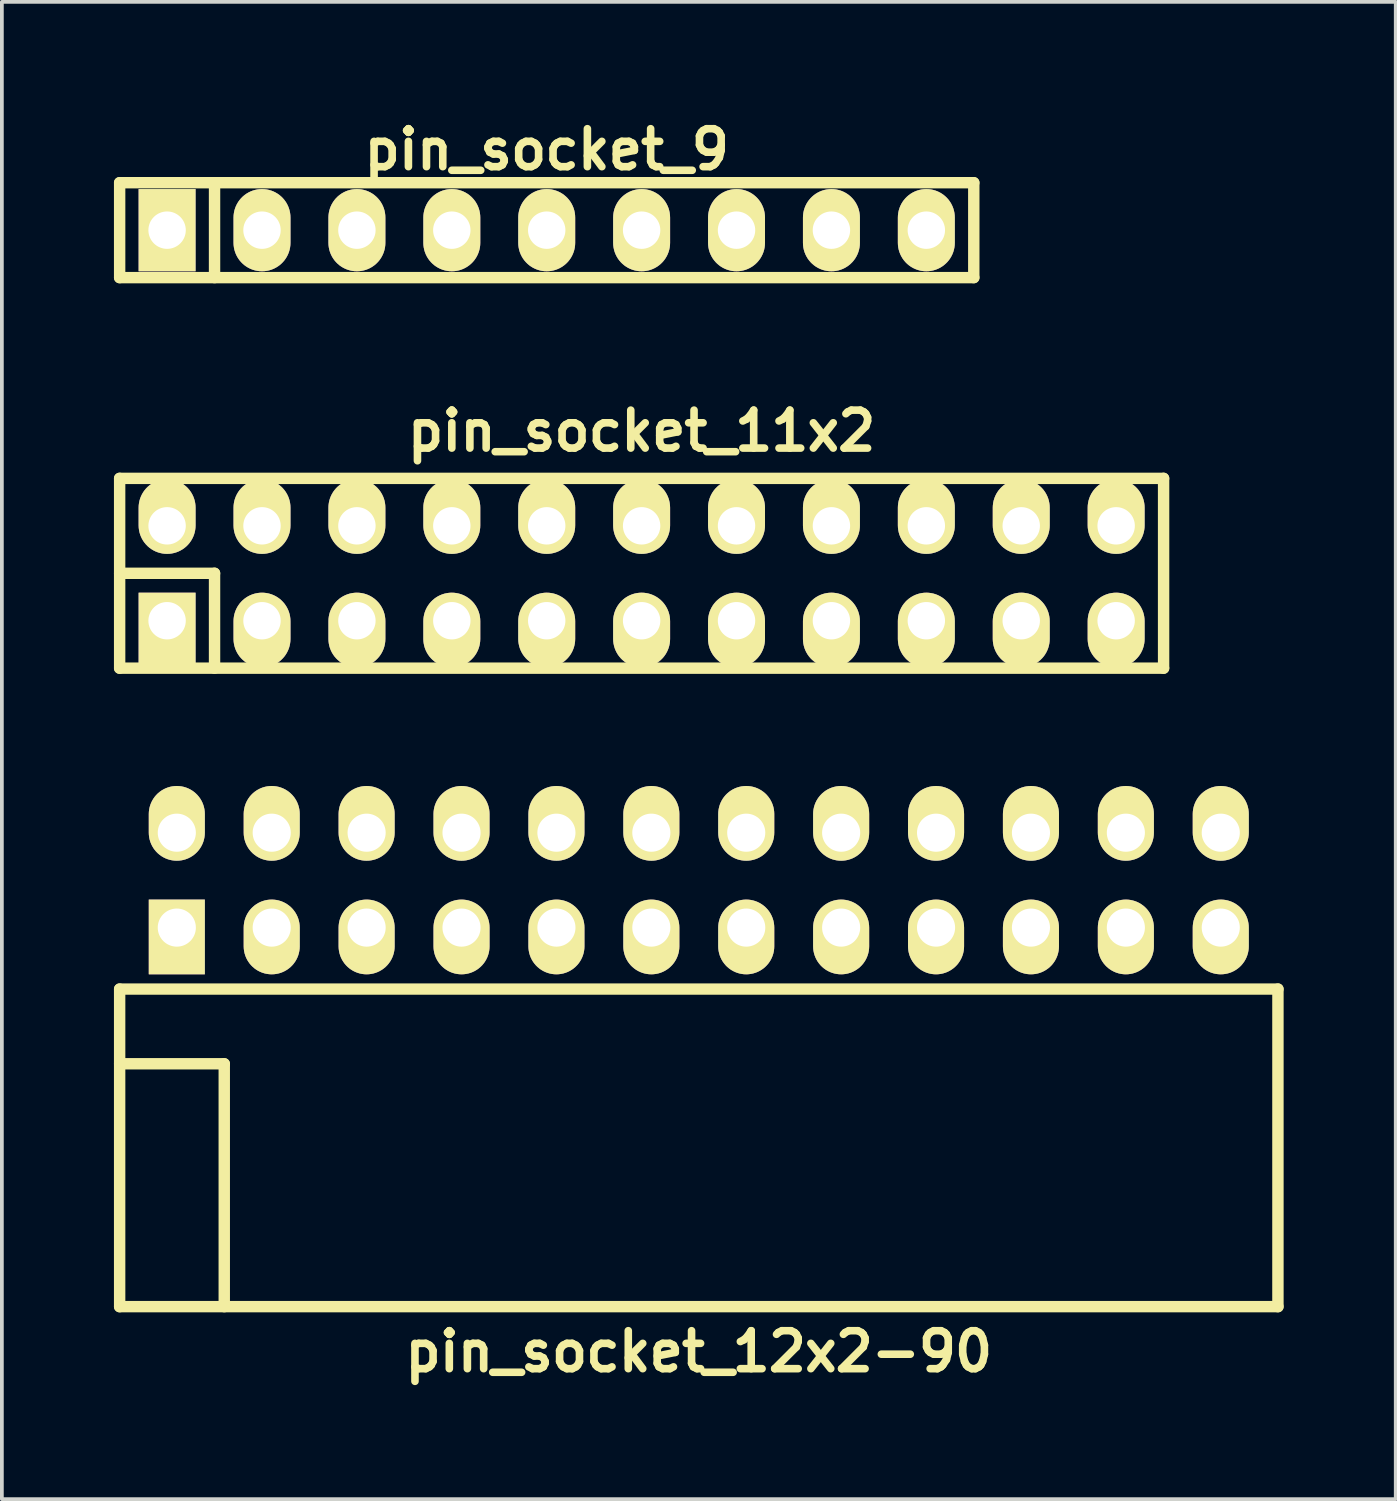
<source format=kicad_pcb>
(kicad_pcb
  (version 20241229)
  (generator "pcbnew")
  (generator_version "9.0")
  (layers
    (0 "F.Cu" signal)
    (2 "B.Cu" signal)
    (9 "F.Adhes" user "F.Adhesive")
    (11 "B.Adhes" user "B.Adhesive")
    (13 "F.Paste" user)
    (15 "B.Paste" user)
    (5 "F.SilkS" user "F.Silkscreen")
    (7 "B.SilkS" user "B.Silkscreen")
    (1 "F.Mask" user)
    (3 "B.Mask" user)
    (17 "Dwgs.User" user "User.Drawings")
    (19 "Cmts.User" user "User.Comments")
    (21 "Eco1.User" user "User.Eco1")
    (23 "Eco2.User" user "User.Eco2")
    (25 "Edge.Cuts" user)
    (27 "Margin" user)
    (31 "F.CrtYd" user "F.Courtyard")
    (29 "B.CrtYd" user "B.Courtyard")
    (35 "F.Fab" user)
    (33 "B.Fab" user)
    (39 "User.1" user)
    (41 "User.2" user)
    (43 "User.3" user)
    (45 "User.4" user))
  (footprint "pin_socket_11x2"
    (layer "F.Cu")
    (at 14.122 12.293)
    (property "Reference" "pin_socket_11x2" (at 0 -3.81 0) (layer "F.SilkS") (effects (font (size 1.016 1.016) (thickness 0.203))))
    (attr through_hole)
    (fp_line (start -13.97 -2.54) (end -13.97 2.54) (stroke (width 0.305) (type solid)) (layer "F.SilkS"))
    (fp_line (start -13.97 -2.54) (end 13.97 -2.54) (stroke (width 0.305) (type solid)) (layer "F.SilkS"))
    (fp_line (start -13.97 0) (end -11.43 0) (stroke (width 0.305) (type solid)) (layer "F.SilkS"))
    (fp_line (start -11.43 0) (end -11.43 2.54) (stroke (width 0.305) (type solid)) (layer "F.SilkS"))
    (fp_line (start 13.97 2.54) (end -13.97 2.54) (stroke (width 0.305) (type solid)) (layer "F.SilkS"))
    (fp_line (start 13.97 2.54) (end 13.97 -2.54) (stroke (width 0.305) (type solid)) (layer "F.SilkS"))
    (pad "1" thru_hole rect (at -12.7 1.27) (size 1.524 1.999) (drill 1.001 (offset 0 0.249)) (layers "*.Cu" "*.Mask" "F.SilkS"))
    (pad "2" thru_hole oval (at -12.7 -1.27) (size 1.524 1.999) (drill 1.001 (offset 0 -0.249)) (layers "*.Cu" "*.Mask" "F.SilkS"))
    (pad "3" thru_hole oval (at -10.16 1.27) (size 1.524 1.999) (drill 1.001 (offset 0 0.249)) (layers "*.Cu" "*.Mask" "F.SilkS"))
    (pad "4" thru_hole oval (at -10.16 -1.27) (size 1.524 1.999) (drill 1.001 (offset 0 -0.249)) (layers "*.Cu" "*.Mask" "F.SilkS"))
    (pad "5" thru_hole oval (at -7.62 1.27) (size 1.524 1.999) (drill 1.001 (offset 0 0.249)) (layers "*.Cu" "*.Mask" "F.SilkS"))
    (pad "6" thru_hole oval (at -7.62 -1.27) (size 1.524 1.999) (drill 1.001 (offset 0 -0.249)) (layers "*.Cu" "*.Mask" "F.SilkS"))
    (pad "7" thru_hole oval (at -5.08 1.27) (size 1.524 1.999) (drill 1.001 (offset 0 0.249)) (layers "*.Cu" "*.Mask" "F.SilkS"))
    (pad "8" thru_hole oval (at -5.08 -1.27) (size 1.524 1.999) (drill 1.001 (offset 0 -0.249)) (layers "*.Cu" "*.Mask" "F.SilkS"))
    (pad "9" thru_hole oval (at -2.54 1.27) (size 1.524 1.999) (drill 1.001 (offset 0 0.249)) (layers "*.Cu" "*.Mask" "F.SilkS"))
    (pad "10" thru_hole oval (at -2.54 -1.27) (size 1.524 1.999) (drill 1.001 (offset 0 -0.249)) (layers "*.Cu" "*.Mask" "F.SilkS"))
    (pad "11" thru_hole oval (at 0 1.27) (size 1.524 1.999) (drill 1.001 (offset 0 0.249)) (layers "*.Cu" "*.Mask" "F.SilkS"))
    (pad "12" thru_hole oval (at 0 -1.27) (size 1.524 1.999) (drill 1.001 (offset 0 -0.249)) (layers "*.Cu" "*.Mask" "F.SilkS"))
    (pad "13" thru_hole oval (at 2.54 1.27) (size 1.524 1.999) (drill 1.001 (offset 0 0.249)) (layers "*.Cu" "*.Mask" "F.SilkS"))
    (pad "14" thru_hole oval (at 2.54 -1.27) (size 1.524 1.999) (drill 1.001 (offset 0 -0.249)) (layers "*.Cu" "*.Mask" "F.SilkS"))
    (pad "15" thru_hole oval (at 5.08 1.27) (size 1.524 1.999) (drill 1.001 (offset 0 0.249)) (layers "*.Cu" "*.Mask" "F.SilkS"))
    (pad "16" thru_hole oval (at 5.08 -1.27) (size 1.524 1.999) (drill 1.001 (offset 0 -0.249)) (layers "*.Cu" "*.Mask" "F.SilkS"))
    (pad "17" thru_hole oval (at 7.62 1.27) (size 1.524 1.999) (drill 1.001 (offset 0 0.249)) (layers "*.Cu" "*.Mask" "F.SilkS"))
    (pad "18" thru_hole oval (at 7.62 -1.27) (size 1.524 1.999) (drill 1.001 (offset 0 -0.249)) (layers "*.Cu" "*.Mask" "F.SilkS"))
    (pad "19" thru_hole oval (at 10.16 1.27) (size 1.524 1.999) (drill 1.001 (offset 0 0.249)) (layers "*.Cu" "*.Mask" "F.SilkS"))
    (pad "20" thru_hole oval (at 10.16 -1.27) (size 1.524 1.999) (drill 1.001 (offset 0 -0.249)) (layers "*.Cu" "*.Mask" "F.SilkS"))
    (pad "21" thru_hole oval (at 12.7 1.27) (size 1.524 1.999) (drill 1.001 (offset 0 0.249)) (layers "*.Cu" "*.Mask" "F.SilkS"))
    (pad "22" thru_hole oval (at 12.7 -1.27) (size 1.524 1.999) (drill 1.001 (offset 0 -0.249)) (layers "*.Cu" "*.Mask" "F.SilkS")))
  (footprint "pin_socket_12x2-90"
    (layer "F.Cu")
    (at 15.652 25.421)
    (property "Reference" "pin_socket_12x2-90" (at 0 7.7 0) (layer "F.SilkS") (effects (font (size 1.016 1.016) (thickness 0.203))))
    (attr through_hole)
    (fp_line (start -15.5 -2) (end -15.5 6.5) (stroke (width 0.305) (type solid)) (layer "F.SilkS"))
    (fp_line (start -15.5 -2) (end 15.5 -2) (stroke (width 0.305) (type solid)) (layer "F.SilkS"))
    (fp_line (start -15.5 0) (end -12.7 0) (stroke (width 0.305) (type solid)) (layer "F.SilkS"))
    (fp_line (start -15.5 6.5) (end 15.5 6.5) (stroke (width 0.305) (type solid)) (layer "F.SilkS"))
    (fp_line (start -12.7 0) (end -12.7 6.5) (stroke (width 0.305) (type solid)) (layer "F.SilkS"))
    (fp_line (start 15.5 -2) (end 15.5 6.5) (stroke (width 0.305) (type solid)) (layer "F.SilkS"))
    (pad "1" thru_hole rect (at -13.97 -3.645) (size 1.5 2) (drill 1.02 (offset 0 0.25)) (layers "*.Cu" "*.Mask" "F.SilkS"))
    (pad "2" thru_hole oval (at -13.97 -6.185) (size 1.5 2) (drill 1.02 (offset 0 -0.25)) (layers "*.Cu" "*.Mask" "F.SilkS"))
    (pad "3" thru_hole oval (at -11.43 -3.645) (size 1.5 2) (drill 1.02 (offset 0 0.25)) (layers "*.Cu" "*.Mask" "F.SilkS"))
    (pad "4" thru_hole oval (at -11.43 -6.185) (size 1.5 2) (drill 1.02 (offset 0 -0.25)) (layers "*.Cu" "*.Mask" "F.SilkS"))
    (pad "5" thru_hole oval (at -8.89 -3.645) (size 1.5 2) (drill 1.02 (offset 0 0.25)) (layers "*.Cu" "*.Mask" "F.SilkS"))
    (pad "6" thru_hole oval (at -8.89 -6.185) (size 1.5 2) (drill 1.02 (offset 0 -0.25)) (layers "*.Cu" "*.Mask" "F.SilkS"))
    (pad "7" thru_hole oval (at -6.35 -3.645) (size 1.5 2) (drill 1.02 (offset 0 0.25)) (layers "*.Cu" "*.Mask" "F.SilkS"))
    (pad "8" thru_hole oval (at -6.35 -6.185) (size 1.5 2) (drill 1.02 (offset 0 -0.25)) (layers "*.Cu" "*.Mask" "F.SilkS"))
    (pad "9" thru_hole oval (at -3.81 -3.645) (size 1.5 2) (drill 1.02 (offset 0 0.25)) (layers "*.Cu" "*.Mask" "F.SilkS"))
    (pad "10" thru_hole oval (at -3.81 -6.185) (size 1.5 2) (drill 1.02 (offset 0 -0.25)) (layers "*.Cu" "*.Mask" "F.SilkS"))
    (pad "11" thru_hole oval (at -1.27 -3.645) (size 1.5 2) (drill 1.02 (offset 0 0.25)) (layers "*.Cu" "*.Mask" "F.SilkS"))
    (pad "12" thru_hole oval (at -1.27 -6.185) (size 1.5 2) (drill 1.02 (offset 0 -0.25)) (layers "*.Cu" "*.Mask" "F.SilkS"))
    (pad "13" thru_hole oval (at 1.27 -3.645) (size 1.5 2) (drill 1.02 (offset 0 0.25)) (layers "*.Cu" "*.Mask" "F.SilkS"))
    (pad "14" thru_hole oval (at 1.27 -6.185) (size 1.5 2) (drill 1.02 (offset 0 -0.25)) (layers "*.Cu" "*.Mask" "F.SilkS"))
    (pad "15" thru_hole oval (at 3.81 -3.645) (size 1.5 2) (drill 1.02 (offset 0 0.25)) (layers "*.Cu" "*.Mask" "F.SilkS"))
    (pad "16" thru_hole oval (at 3.81 -6.185) (size 1.5 2) (drill 1.02 (offset 0 -0.25)) (layers "*.Cu" "*.Mask" "F.SilkS"))
    (pad "17" thru_hole oval (at 6.35 -3.645) (size 1.5 2) (drill 1.02 (offset 0 0.25)) (layers "*.Cu" "*.Mask" "F.SilkS"))
    (pad "18" thru_hole oval (at 6.35 -6.185) (size 1.5 2) (drill 1.02 (offset 0 -0.25)) (layers "*.Cu" "*.Mask" "F.SilkS"))
    (pad "19" thru_hole oval (at 8.89 -3.645) (size 1.5 2) (drill 1.02 (offset 0 0.25)) (layers "*.Cu" "*.Mask" "F.SilkS"))
    (pad "20" thru_hole oval (at 8.89 -6.185) (size 1.5 2) (drill 1.02 (offset 0 -0.25)) (layers "*.Cu" "*.Mask" "F.SilkS"))
    (pad "21" thru_hole oval (at 11.43 -3.645) (size 1.5 2) (drill 1.02 (offset 0 0.25)) (layers "*.Cu" "*.Mask" "F.SilkS"))
    (pad "22" thru_hole oval (at 11.43 -6.185) (size 1.5 2) (drill 1.02 (offset 0 -0.25)) (layers "*.Cu" "*.Mask" "F.SilkS"))
    (pad "23" thru_hole oval (at 13.97 -3.645) (size 1.5 2) (drill 1.02 (offset 0 0.25)) (layers "*.Cu" "*.Mask" "F.SilkS"))
    (pad "24" thru_hole oval (at 13.97 -6.185) (size 1.5 2) (drill 1.02 (offset 0 -0.25)) (layers "*.Cu" "*.Mask" "F.SilkS")))
  (footprint "pin_socket_9"
    (layer "F.Cu")
    (at 11.582 3.11)
    (property "Reference" "pin_socket_9" (at 0 -2.159 0) (layer "F.SilkS") (effects (font (size 1.016 1.016) (thickness 0.203))))
    (attr through_hole)
    (fp_line (start -11.43 -1.27) (end 11.43 -1.27) (stroke (width 0.305) (type solid)) (layer "F.SilkS"))
    (fp_line (start -11.43 1.27) (end -11.43 -1.27) (stroke (width 0.305) (type solid)) (layer "F.SilkS"))
    (fp_line (start -8.89 -1.27) (end -8.89 1.27) (stroke (width 0.305) (type solid)) (layer "F.SilkS"))
    (fp_line (start 11.43 -1.27) (end 11.43 1.27) (stroke (width 0.305) (type solid)) (layer "F.SilkS"))
    (fp_line (start 11.43 1.27) (end -11.43 1.27) (stroke (width 0.305) (type solid)) (layer "F.SilkS"))
    (pad "1" thru_hole rect (at -10.16 0) (size 1.524 2.2) (drill 1.001) (layers "*.Cu" "*.Mask" "F.SilkS"))
    (pad "2" thru_hole oval (at -7.62 0) (size 1.524 2.2) (drill 1.001) (layers "*.Cu" "*.Mask" "F.SilkS"))
    (pad "3" thru_hole oval (at -5.08 0) (size 1.524 2.2) (drill 1.001) (layers "*.Cu" "*.Mask" "F.SilkS"))
    (pad "4" thru_hole oval (at -2.54 0) (size 1.524 2.2) (drill 1.001) (layers "*.Cu" "*.Mask" "F.SilkS"))
    (pad "5" thru_hole oval (at 0 0) (size 1.524 2.2) (drill 1.001) (layers "*.Cu" "*.Mask" "F.SilkS"))
    (pad "6" thru_hole oval (at 2.54 0) (size 1.524 2.2) (drill 1.001) (layers "*.Cu" "*.Mask" "F.SilkS"))
    (pad "7" thru_hole oval (at 5.08 0) (size 1.524 2.2) (drill 1.001) (layers "*.Cu" "*.Mask" "F.SilkS"))
    (pad "8" thru_hole oval (at 7.62 0) (size 1.524 2.2) (drill 1.001) (layers "*.Cu" "*.Mask" "F.SilkS"))
    (pad "9" thru_hole oval (at 10.16 0) (size 1.524 2.2) (drill 1.001) (layers "*.Cu" "*.Mask" "F.SilkS")))
  (gr_rect
    (start -3 -3)
    (end 34.305 37.072)
    (stroke (width 0.1) (type default))
    (fill no)
    (layer "Edge.Cuts")))
</source>
